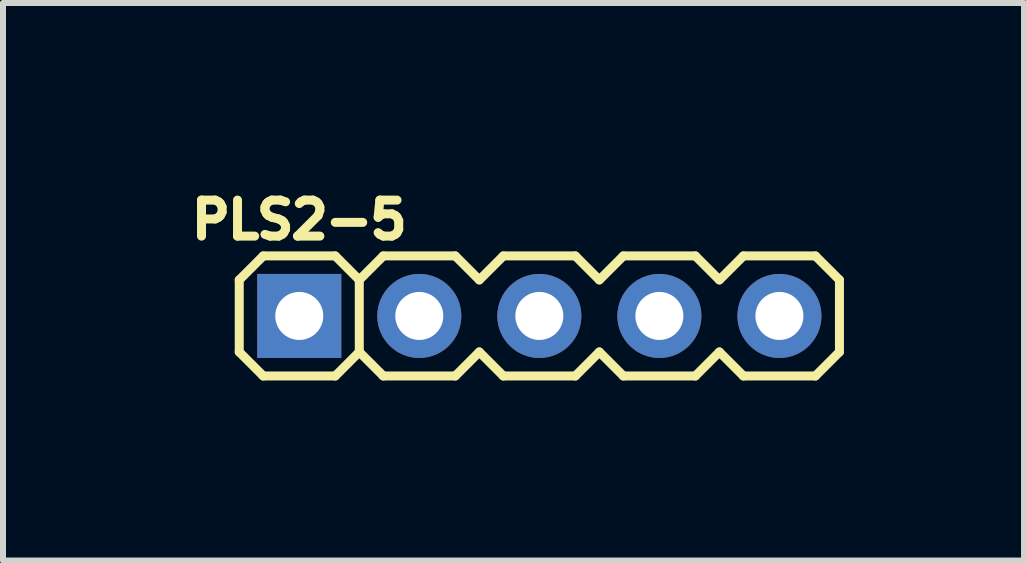
<source format=kicad_pcb>
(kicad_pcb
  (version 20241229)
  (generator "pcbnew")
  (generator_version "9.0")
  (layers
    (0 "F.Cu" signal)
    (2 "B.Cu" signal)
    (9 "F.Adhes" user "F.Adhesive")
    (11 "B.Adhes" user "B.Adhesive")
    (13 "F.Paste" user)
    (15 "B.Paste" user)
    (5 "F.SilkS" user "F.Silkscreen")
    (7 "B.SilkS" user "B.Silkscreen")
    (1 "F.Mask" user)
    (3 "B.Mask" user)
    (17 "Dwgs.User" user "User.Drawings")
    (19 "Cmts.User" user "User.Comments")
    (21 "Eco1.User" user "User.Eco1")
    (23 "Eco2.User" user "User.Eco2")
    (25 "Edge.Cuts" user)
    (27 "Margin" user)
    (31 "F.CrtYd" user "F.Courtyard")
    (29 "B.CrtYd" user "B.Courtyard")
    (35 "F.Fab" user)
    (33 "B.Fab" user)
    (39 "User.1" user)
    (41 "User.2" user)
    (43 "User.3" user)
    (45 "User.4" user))
  (footprint "PLS2-5"
    (layer "F.Cu")
    (at 5.936 2.214)
    (property "Reference" "PLS2-5" (at -4 -1.6 0) (layer "F.SilkS") (effects (font (size 0.6 0.6) (thickness 0.15))))
    (attr through_hole)
    (fp_line (start -5 -0.6) (end -4.6 -1) (stroke (width 0.15) (type solid)) (layer "F.SilkS"))
    (fp_line (start -5 0.6) (end -5 -0.6) (stroke (width 0.15) (type solid)) (layer "F.SilkS"))
    (fp_line (start -4.6 -1) (end -3.4 -1) (stroke (width 0.15) (type solid)) (layer "F.SilkS"))
    (fp_line (start -4.6 1) (end -5 0.6) (stroke (width 0.15) (type solid)) (layer "F.SilkS"))
    (fp_line (start -3.4 1) (end -4.6 1) (stroke (width 0.15) (type solid)) (layer "F.SilkS"))
    (fp_line (start -3 -0.6) (end -3.4 -1) (stroke (width 0.15) (type solid)) (layer "F.SilkS"))
    (fp_line (start -3 -0.6) (end -2.6 -1) (stroke (width 0.15) (type solid)) (layer "F.SilkS"))
    (fp_line (start -3 0.6) (end -3.4 1) (stroke (width 0.15) (type solid)) (layer "F.SilkS"))
    (fp_line (start -3 0.6) (end -3 -0.6) (stroke (width 0.15) (type solid)) (layer "F.SilkS"))
    (fp_line (start -2.6 -1) (end -1.4 -1) (stroke (width 0.15) (type solid)) (layer "F.SilkS"))
    (fp_line (start -2.6 1) (end -3 0.6) (stroke (width 0.15) (type solid)) (layer "F.SilkS"))
    (fp_line (start -1.4 -1) (end -1 -0.6) (stroke (width 0.15) (type solid)) (layer "F.SilkS"))
    (fp_line (start -1.4 1) (end -2.6 1) (stroke (width 0.15) (type solid)) (layer "F.SilkS"))
    (fp_line (start -1 -0.6) (end -0.6 -1) (stroke (width 0.15) (type solid)) (layer "F.SilkS"))
    (fp_line (start -1 0.6) (end -1.4 1) (stroke (width 0.15) (type solid)) (layer "F.SilkS"))
    (fp_line (start -0.6 -1) (end 0.6 -1) (stroke (width 0.15) (type solid)) (layer "F.SilkS"))
    (fp_line (start -0.6 1) (end -1 0.6) (stroke (width 0.15) (type solid)) (layer "F.SilkS"))
    (fp_line (start 0.6 -1) (end 1 -0.6) (stroke (width 0.15) (type solid)) (layer "F.SilkS"))
    (fp_line (start 0.6 1) (end -0.6 1) (stroke (width 0.15) (type solid)) (layer "F.SilkS"))
    (fp_line (start 1 -0.6) (end 1.4 -1) (stroke (width 0.15) (type solid)) (layer "F.SilkS"))
    (fp_line (start 1 0.6) (end 0.6 1) (stroke (width 0.15) (type solid)) (layer "F.SilkS"))
    (fp_line (start 1.4 -1) (end 2.6 -1) (stroke (width 0.15) (type solid)) (layer "F.SilkS"))
    (fp_line (start 1.4 1) (end 1 0.6) (stroke (width 0.15) (type solid)) (layer "F.SilkS"))
    (fp_line (start 2.6 -1) (end 3 -0.6) (stroke (width 0.15) (type solid)) (layer "F.SilkS"))
    (fp_line (start 2.6 1) (end 1.4 1) (stroke (width 0.15) (type solid)) (layer "F.SilkS"))
    (fp_line (start 3 -0.6) (end 3.4 -1) (stroke (width 0.15) (type solid)) (layer "F.SilkS"))
    (fp_line (start 3 0.6) (end 2.6 1) (stroke (width 0.15) (type solid)) (layer "F.SilkS"))
    (fp_line (start 3.4 -1) (end 4.6 -1) (stroke (width 0.15) (type solid)) (layer "F.SilkS"))
    (fp_line (start 3.4 1) (end 3 0.6) (stroke (width 0.15) (type solid)) (layer "F.SilkS"))
    (fp_line (start 4.6 -1) (end 5 -0.6) (stroke (width 0.15) (type solid)) (layer "F.SilkS"))
    (fp_line (start 4.6 1) (end 3.4 1) (stroke (width 0.15) (type solid)) (layer "F.SilkS"))
    (fp_line (start 5 -0.6) (end 5 0.6) (stroke (width 0.15) (type solid)) (layer "F.SilkS"))
    (fp_line (start 5 0.6) (end 4.6 1) (stroke (width 0.15) (type solid)) (layer "F.SilkS"))
    (pad "1" thru_hole rect (at -4 0) (size 1.4 1.4) (drill 0.8) (layers "*.Cu" "*.Mask"))
    (pad "2" thru_hole circle (at -2 0) (size 1.4 1.4) (drill 0.8) (layers "*.Cu" "*.Mask"))
    (pad "3" thru_hole circle (at 0 0) (size 1.4 1.4) (drill 0.8) (layers "*.Cu" "*.Mask"))
    (pad "4" thru_hole circle (at 2 0) (size 1.4 1.4) (drill 0.8) (layers "*.Cu" "*.Mask"))
    (pad "5" thru_hole circle (at 4 0) (size 1.4 1.4) (drill 0.8) (layers "*.Cu" "*.Mask")))
  (gr_rect
    (start -3 -3)
    (end 14.011 6.289)
    (stroke (width 0.1) (type default))
    (fill no)
    (layer "Edge.Cuts")))
</source>
